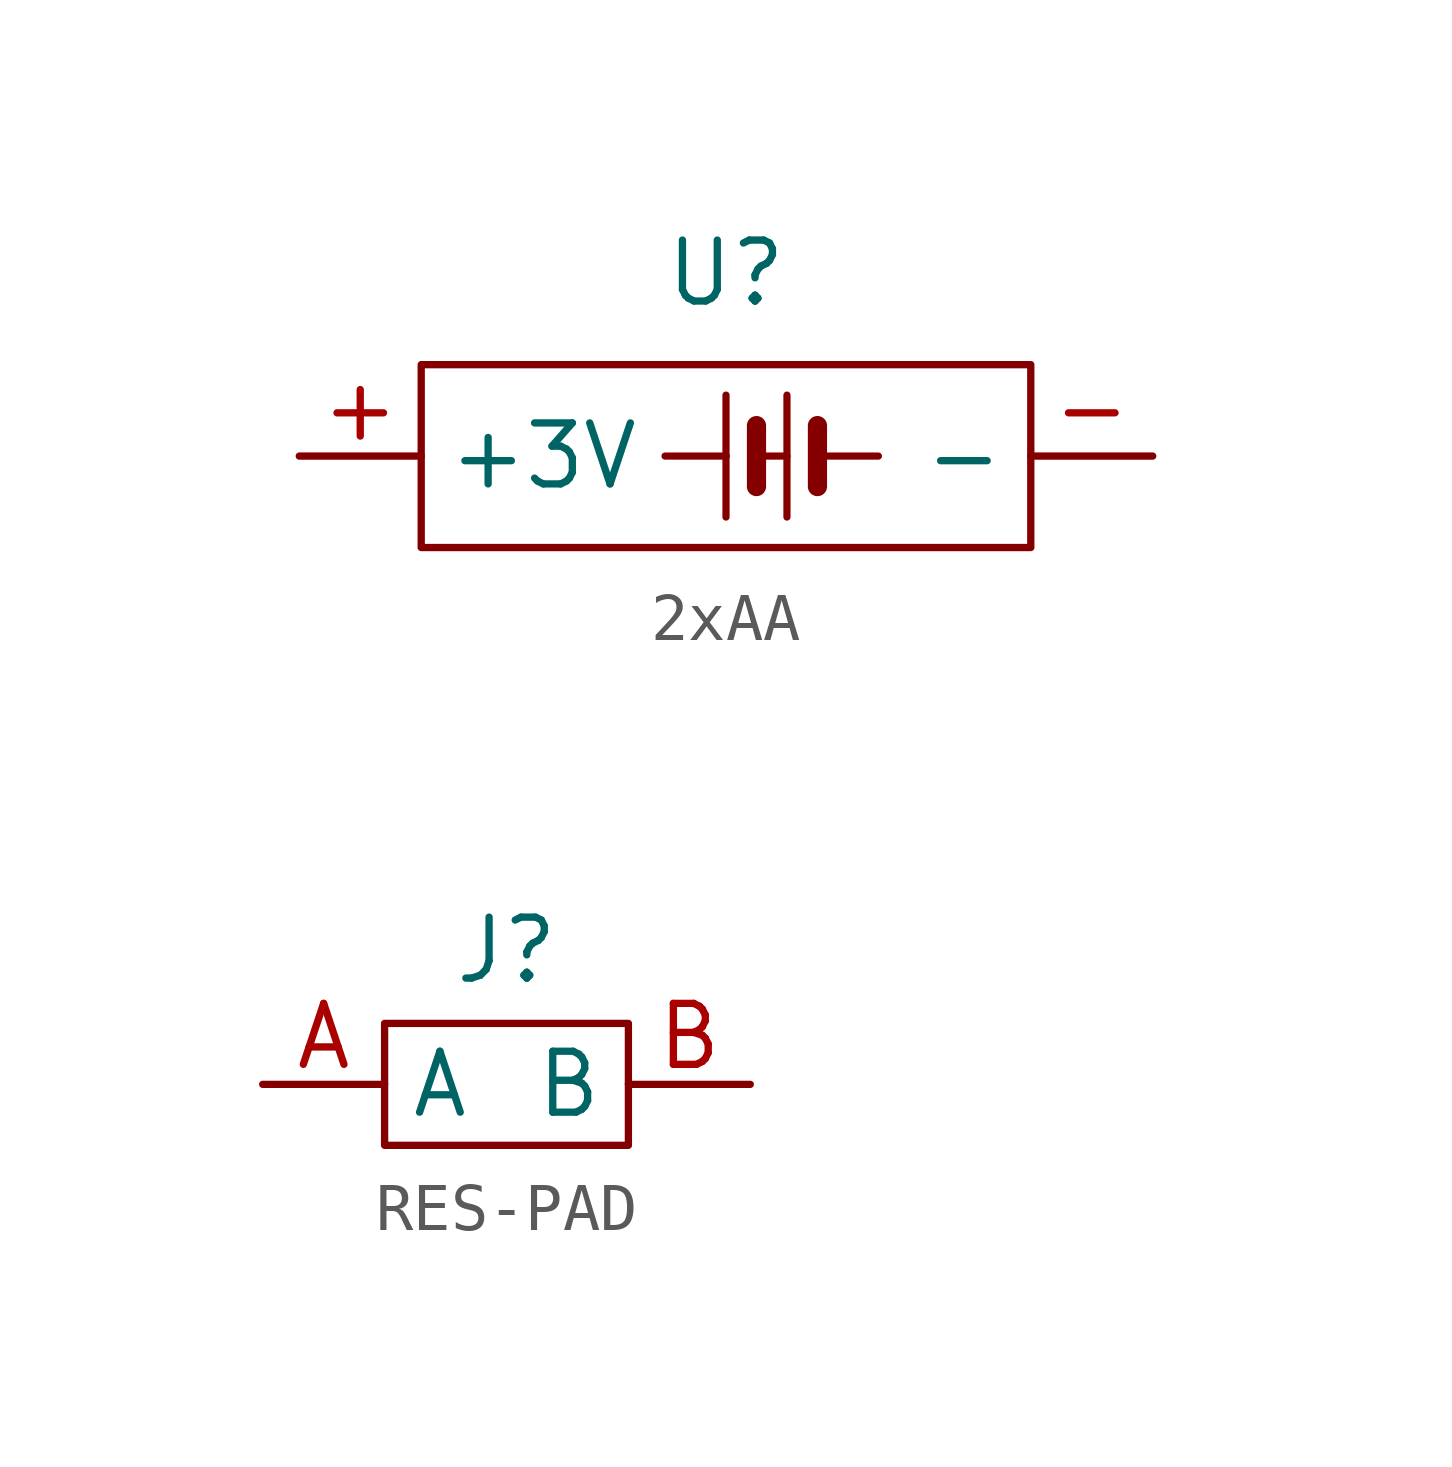
<source format=kicad_sym>
(kicad_symbol_lib
  (version 20241209)
  (generator "kicad_symbol_editor")
  (generator_version "9.0")
  (symbol "2xAA"
    (property "Reference" "U"
      (at 0 3.81 0)
      (effects (font (size 1.27 1.27))))
    (property "Value" ""
      (at 0 0 0)
      (effects (font (size 1.27 1.27))))
    (symbol "2xAA_0_1"
      (polyline (pts (xy 0 0) (xy 0 0)) (stroke (width 0) (type default)) (fill (type none))))
    (symbol "2xAA_1_1"
      (rectangle (start -6.35 1.905) (end 6.35 -1.905) (stroke (width 0) (type default)) (fill (type none)))
      (polyline (pts (xy -1.27 0) (xy 0 0) (xy 0 1.27)) (stroke (width 0.15) (type solid)) (fill (type none)))
      (polyline (pts (xy 0 0) (xy 0 -1.27)) (stroke (width 0.15) (type solid)) (fill (type none)))
      (polyline (pts (xy 0.635 0.635) (xy 0.635 -0.635)) (stroke (width 0.4) (type solid)) (fill (type none)))
      (polyline (pts (xy 0.635 0) (xy 1.27 0) (xy 1.27 1.27)) (stroke (width 0.15) (type solid)) (fill (type none)))
      (polyline (pts (xy 1.27 0) (xy 1.27 -1.27)) (stroke (width 0.15) (type solid)) (fill (type none)))
      (polyline (pts (xy 1.905 0.635) (xy 1.905 -0.635)) (stroke (width 0.4) (type solid)) (fill (type none)))
      (polyline (pts (xy 1.905 0) (xy 3.175 0)) (stroke (width 0.15) (type solid)) (fill (type none)))
      (pin power_out line (at -8.89 0 0) (length 2.54) (name "+3V" (effects (font (size 1.27 1.27)))) (number "+" (effects (font (size 1.27 1.27)))))
      (pin power_out line (at 8.89 0 180) (length 2.54) (name "-" (effects (font (size 1.27 1.27)))) (number "-" (effects (font (size 1.27 1.27)))))))
  (symbol "RES-PAD"
    (property "Reference" "J"
      (at 0 1.524 0)
      (effects (font (size 1.27 1.27))))
    (property "Value" ""
      (at 0 0 0)
      (effects (font (size 1.27 1.27))))
    (symbol "RES-PAD_0_1"
      (rectangle (start -2.54 0) (end 2.54 -2.54) (stroke (width 0) (type default)) (fill (type none))))
    (symbol "RES-PAD_1_1"
      (pin input line (at -5.08 -1.27 0) (length 2.54) (name "A" (effects (font (size 1.27 1.27)))) (number "A" (effects (font (size 1.27 1.27)))))
      (pin input line (at 5.08 -1.27 180) (length 2.54) (name "B" (effects (font (size 1.27 1.27)))) (number "B" (effects (font (size 1.27 1.27))))))))
</source>
